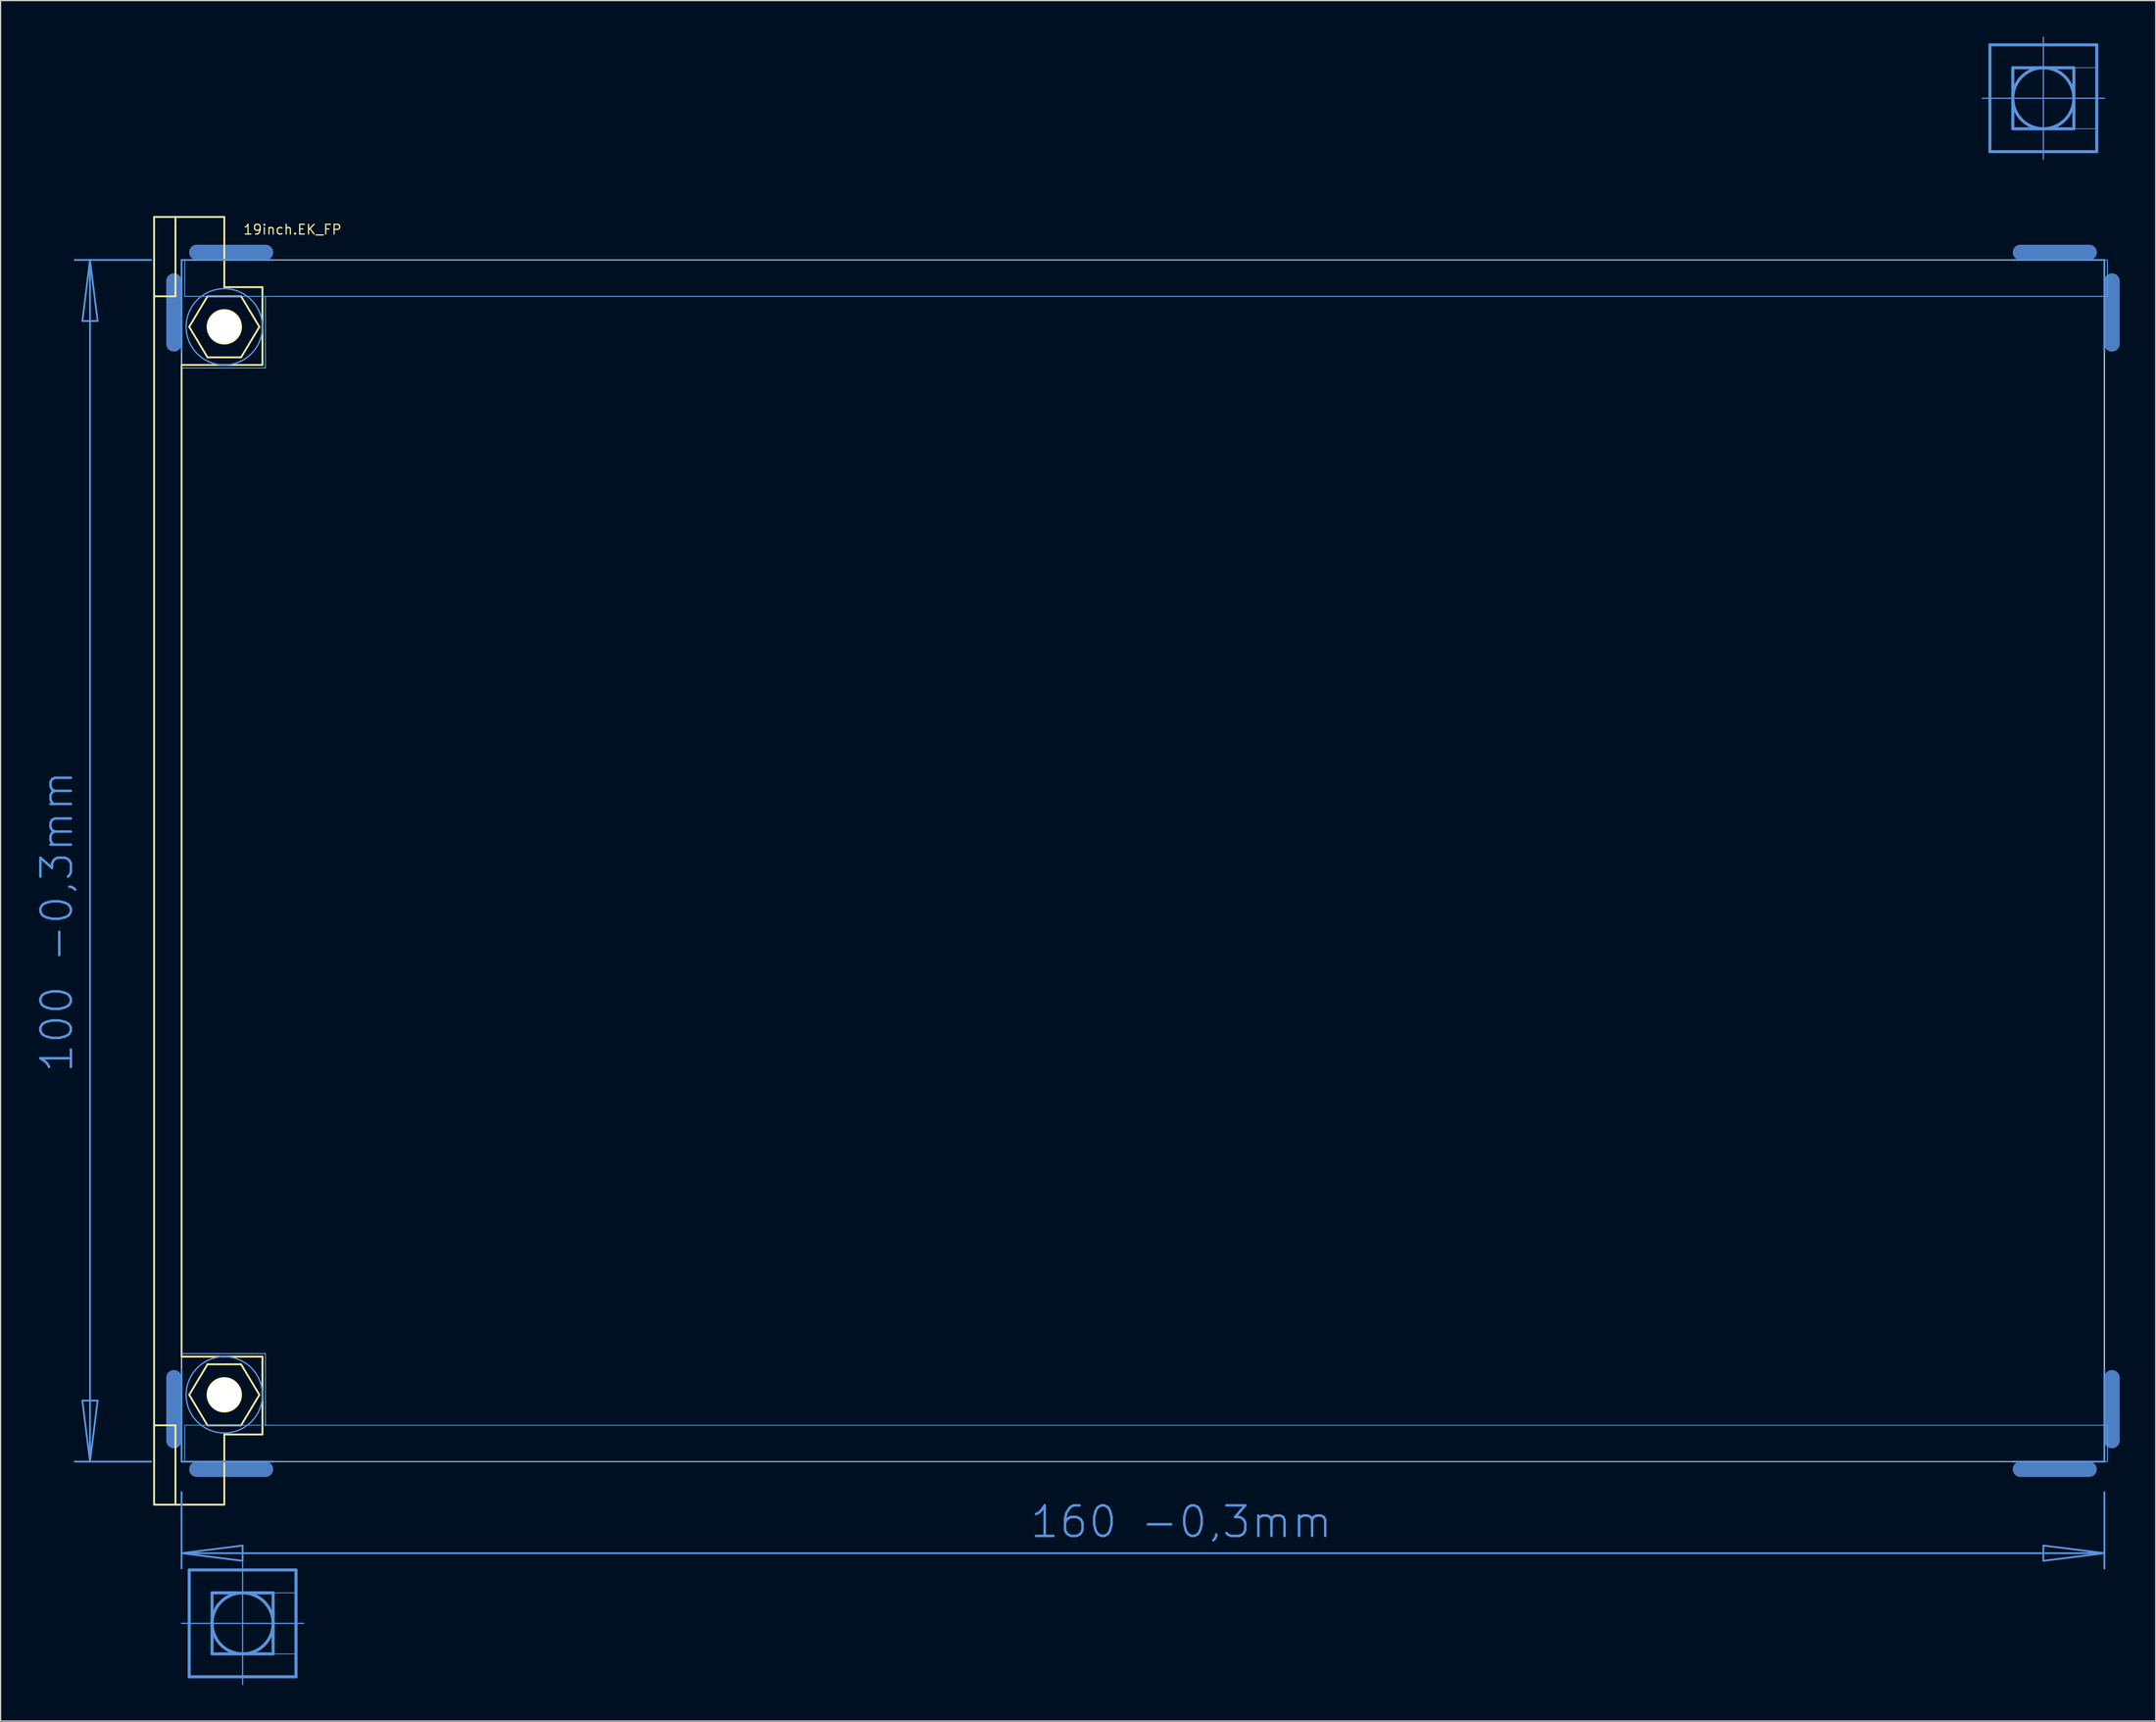
<source format=kicad_pcb>
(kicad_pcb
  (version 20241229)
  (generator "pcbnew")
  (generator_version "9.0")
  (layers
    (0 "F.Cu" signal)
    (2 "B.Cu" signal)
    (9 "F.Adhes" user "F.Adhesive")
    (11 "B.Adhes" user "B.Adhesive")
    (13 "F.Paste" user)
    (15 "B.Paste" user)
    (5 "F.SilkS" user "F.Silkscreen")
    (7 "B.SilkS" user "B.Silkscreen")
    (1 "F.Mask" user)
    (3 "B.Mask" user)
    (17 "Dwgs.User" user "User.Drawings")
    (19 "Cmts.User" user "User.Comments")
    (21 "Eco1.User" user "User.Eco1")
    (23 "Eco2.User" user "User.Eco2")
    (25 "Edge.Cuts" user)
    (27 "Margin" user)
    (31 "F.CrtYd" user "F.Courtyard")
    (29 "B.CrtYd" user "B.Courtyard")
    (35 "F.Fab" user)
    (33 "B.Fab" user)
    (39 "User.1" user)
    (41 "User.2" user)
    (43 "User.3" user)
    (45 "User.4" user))
  (footprint "19inch.EK_FP"
    (layer "F.Cu")
    (at 12.06 68.605)
    (property "Reference" "19inch.EK_FP" (at 5.08 -52.07 0) (layer "F.SilkS") (effects (font (size 0.813 0.813) (thickness 0.1)) (justify left bottom)))
    (fp_line (start -0.635 -43.028) (end -0.635 -48.26) (stroke (width 1.27) (type default)) (layer "F.Cu"))
    (fp_line (start -0.635 43.028) (end -0.635 48.26) (stroke (width 1.27) (type default)) (layer "F.Cu"))
    (fp_line (start 6.985 -50.648) (end 1.27 -50.648) (stroke (width 1.27) (type default)) (layer "F.Cu"))
    (fp_line (start 6.985 50.648) (end 1.27 50.648) (stroke (width 1.27) (type default)) (layer "F.Cu"))
    (fp_line (start 153.035 -50.648) (end 158.75 -50.648) (stroke (width 1.27) (type default)) (layer "F.Cu"))
    (fp_line (start 153.035 50.648) (end 158.75 50.648) (stroke (width 1.27) (type default)) (layer "F.Cu"))
    (fp_line (start 160.655 -43.028) (end 160.655 -48.26) (stroke (width 1.27) (type default)) (layer "F.Cu"))
    (fp_line (start 160.655 43.028) (end 160.655 48.26) (stroke (width 1.27) (type default)) (layer "F.Cu"))
    (fp_line (start 0 -42.393) (end 0 -50.013) (stroke (width 0.152) (type default)) (layer "F.Mask"))
    (fp_line (start 0 42.393) (end 0 50.013) (stroke (width 0.152) (type default)) (layer "F.Mask"))
    (fp_line (start 7.62 -50.013) (end 0 -50.013) (stroke (width 0.152) (type default)) (layer "F.Mask"))
    (fp_line (start 7.62 50.013) (end 0 50.013) (stroke (width 0.152) (type default)) (layer "F.Mask"))
    (fp_line (start 152.4 -50.013) (end 160.02 -50.013) (stroke (width 0.152) (type default)) (layer "F.Mask"))
    (fp_line (start 152.4 50.013) (end 160.02 50.013) (stroke (width 0.152) (type default)) (layer "F.Mask"))
    (fp_line (start 160.02 -42.393) (end 160.02 -50.013) (stroke (width 0.152) (type default)) (layer "F.Mask"))
    (fp_line (start 160.02 42.393) (end 160.02 50.013) (stroke (width 0.152) (type default)) (layer "F.Mask"))
    (fp_line (start -0.635 -43.028) (end -0.635 -48.26) (stroke (width 1.27) (type default)) (layer "B.Cu"))
    (fp_line (start -0.635 43.028) (end -0.635 48.26) (stroke (width 1.27) (type default)) (layer "B.Cu"))
    (fp_line (start 6.985 -50.648) (end 1.27 -50.648) (stroke (width 1.27) (type default)) (layer "B.Cu"))
    (fp_line (start 6.985 50.648) (end 1.27 50.648) (stroke (width 1.27) (type default)) (layer "B.Cu"))
    (fp_line (start 153.035 -50.648) (end 158.75 -50.648) (stroke (width 1.27) (type default)) (layer "B.Cu"))
    (fp_line (start 153.035 50.648) (end 158.75 50.648) (stroke (width 1.27) (type default)) (layer "B.Cu"))
    (fp_line (start 160.655 -43.028) (end 160.655 -48.26) (stroke (width 1.27) (type default)) (layer "B.Cu"))
    (fp_line (start 160.655 43.028) (end 160.655 48.26) (stroke (width 1.27) (type default)) (layer "B.Cu"))
    (fp_line (start 0 -50.013) (end 7.62 -50.013) (stroke (width 0.152) (type default)) (layer "B.Mask"))
    (fp_line (start 0 -42.393) (end 0 -50.013) (stroke (width 0.152) (type default)) (layer "B.Mask"))
    (fp_line (start 0 50.013) (end 0 42.393) (stroke (width 0.152) (type default)) (layer "B.Mask"))
    (fp_line (start 7.62 50.013) (end 0 50.013) (stroke (width 0.152) (type default)) (layer "B.Mask"))
    (fp_line (start 152.4 -50.013) (end 160.02 -50.013) (stroke (width 0.152) (type default)) (layer "B.Mask"))
    (fp_line (start 160.02 -50.013) (end 160.02 -42.393) (stroke (width 0.152) (type default)) (layer "B.Mask"))
    (fp_line (start 160.02 42.393) (end 160.02 50.013) (stroke (width 0.152) (type default)) (layer "B.Mask"))
    (fp_line (start 160.02 50.013) (end 152.4 50.013) (stroke (width 0.152) (type default)) (layer "B.Mask"))
    (fp_line (start -2.286 -53.594) (end -0.508 -53.594) (stroke (width 0.152) (type default)) (layer "F.SilkS"))
    (fp_line (start -2.286 -46.99) (end -2.286 -53.594) (stroke (width 0.152) (type default)) (layer "F.SilkS"))
    (fp_line (start -2.286 -46.99) (end -0.508 -46.99) (stroke (width 0.152) (type default)) (layer "F.SilkS"))
    (fp_line (start -2.286 46.99) (end -2.286 -46.99) (stroke (width 0.152) (type default)) (layer "F.SilkS"))
    (fp_line (start -2.286 46.99) (end -0.508 46.99) (stroke (width 0.152) (type default)) (layer "F.SilkS"))
    (fp_line (start -2.286 53.594) (end -2.286 46.99) (stroke (width 0.152) (type default)) (layer "F.SilkS"))
    (fp_line (start -2.286 53.594) (end -0.508 53.594) (stroke (width 0.152) (type default)) (layer "F.SilkS"))
    (fp_line (start -0.508 -53.594) (end -0.508 -46.99) (stroke (width 0.152) (type default)) (layer "F.SilkS"))
    (fp_line (start -0.508 -53.594) (end 3.556 -53.594) (stroke (width 0.152) (type default)) (layer "F.SilkS"))
    (fp_line (start -0.508 53.594) (end -0.508 46.99) (stroke (width 0.152) (type default)) (layer "F.SilkS"))
    (fp_line (start -0.508 53.594) (end 3.556 53.594) (stroke (width 0.152) (type default)) (layer "F.SilkS"))
    (fp_line (start 0 -41.275) (end 0 41.275) (stroke (width 0.152) (type default)) (layer "F.SilkS"))
    (fp_line (start 0 -41.275) (end 6.731 -41.275) (stroke (width 0.152) (type default)) (layer "F.SilkS"))
    (fp_line (start 0 41.275) (end 6.731 41.275) (stroke (width 0.152) (type default)) (layer "F.SilkS"))
    (fp_line (start 0.635 -44.45) (end 2.159 -46.99) (stroke (width 0.152) (type default)) (layer "F.SilkS"))
    (fp_line (start 0.635 44.45) (end 2.159 46.99) (stroke (width 0.152) (type default)) (layer "F.SilkS"))
    (fp_line (start 2.159 -46.99) (end 4.953 -46.99) (stroke (width 0.152) (type default)) (layer "F.SilkS"))
    (fp_line (start 2.159 -41.91) (end 0.635 -44.45) (stroke (width 0.152) (type default)) (layer "F.SilkS"))
    (fp_line (start 2.159 41.91) (end 0.635 44.45) (stroke (width 0.152) (type default)) (layer "F.SilkS"))
    (fp_line (start 2.159 46.99) (end 4.953 46.99) (stroke (width 0.152) (type default)) (layer "F.SilkS"))
    (fp_line (start 3.556 -53.594) (end 3.556 -47.752) (stroke (width 0.152) (type default)) (layer "F.SilkS"))
    (fp_line (start 3.556 -47.752) (end 6.731 -47.752) (stroke (width 0.152) (type default)) (layer "F.SilkS"))
    (fp_line (start 3.556 47.752) (end 6.731 47.752) (stroke (width 0.152) (type default)) (layer "F.SilkS"))
    (fp_line (start 3.556 53.594) (end 3.556 47.752) (stroke (width 0.152) (type default)) (layer "F.SilkS"))
    (fp_line (start 4.953 -46.99) (end 6.477 -44.45) (stroke (width 0.152) (type default)) (layer "F.SilkS"))
    (fp_line (start 4.953 -41.91) (end 2.159 -41.91) (stroke (width 0.152) (type default)) (layer "F.SilkS"))
    (fp_line (start 4.953 41.91) (end 2.159 41.91) (stroke (width 0.152) (type default)) (layer "F.SilkS"))
    (fp_line (start 4.953 46.99) (end 6.477 44.45) (stroke (width 0.152) (type default)) (layer "F.SilkS"))
    (fp_line (start 6.477 -44.45) (end 4.953 -41.91) (stroke (width 0.152) (type default)) (layer "F.SilkS"))
    (fp_line (start 6.477 44.45) (end 4.953 41.91) (stroke (width 0.152) (type default)) (layer "F.SilkS"))
    (fp_line (start 6.731 -47.752) (end 6.731 -41.275) (stroke (width 0.152) (type default)) (layer "F.SilkS"))
    (fp_line (start 6.731 47.752) (end 6.731 41.275) (stroke (width 0.152) (type default)) (layer "F.SilkS"))
    (fp_circle (center 3.556 -44.45) (end 4.953 -44.45) (stroke (width 0.152) (type default)) (fill no) (layer "F.SilkS"))
    (fp_circle (center 3.556 44.45) (end 4.953 44.45) (stroke (width 0.152) (type default)) (fill no) (layer "F.SilkS"))
    (fp_line (start -8.89 -50.013) (end -7.62 -50.013) (stroke (width 0.152) (type default)) (layer "Cmts.User"))
    (fp_line (start -8.89 50.013) (end -7.62 50.013) (stroke (width 0.152) (type default)) (layer "Cmts.User"))
    (fp_line (start -8.255 -44.933) (end -7.62 -50.013) (stroke (width 0.152) (type default)) (layer "Cmts.User"))
    (fp_line (start -8.255 44.933) (end -6.985 44.933) (stroke (width 0.152) (type default)) (layer "Cmts.User"))
    (fp_line (start -7.62 -50.013) (end -6.985 -44.933) (stroke (width 0.152) (type default)) (layer "Cmts.User"))
    (fp_line (start -7.62 -50.013) (end -2.54 -50.013) (stroke (width 0.152) (type default)) (layer "Cmts.User"))
    (fp_line (start -7.62 50.013) (end -8.255 44.933) (stroke (width 0.152) (type default)) (layer "Cmts.User"))
    (fp_line (start -7.62 50.013) (end -7.62 -50.013) (stroke (width 0.152) (type default)) (layer "Cmts.User"))
    (fp_line (start -7.62 50.013) (end -2.54 50.013) (stroke (width 0.152) (type default)) (layer "Cmts.User"))
    (fp_line (start -6.985 -44.933) (end -8.255 -44.933) (stroke (width 0.152) (type default)) (layer "Cmts.User"))
    (fp_line (start -6.985 44.933) (end -7.62 50.013) (stroke (width 0.152) (type default)) (layer "Cmts.User"))
    (fp_line (start 0 -50.013) (end 7.62 -50.013) (stroke (width 0.152) (type default)) (layer "Cmts.User"))
    (fp_line (start 0 -42.393) (end 0 -50.013) (stroke (width 0.152) (type default)) (layer "Cmts.User"))
    (fp_line (start 0 50.013) (end 0 42.393) (stroke (width 0.152) (type default)) (layer "Cmts.User"))
    (fp_line (start 0 57.633) (end 0 52.553) (stroke (width 0.152) (type default)) (layer "Cmts.User"))
    (fp_line (start 0 57.633) (end 5.08 56.998) (stroke (width 0.152) (type default)) (layer "Cmts.User"))
    (fp_line (start 0 57.633) (end 160.02 57.633) (stroke (width 0.152) (type default)) (layer "Cmts.User"))
    (fp_line (start 0 58.903) (end 0 57.633) (stroke (width 0.152) (type default)) (layer "Cmts.User"))
    (fp_line (start 0 63.475) (end 0.635 63.475) (stroke (width 0.102) (type default)) (layer "Cmts.User"))
    (fp_line (start 0.635 59.03) (end 9.525 59.03) (stroke (width 0.254) (type default)) (layer "Cmts.User"))
    (fp_line (start 0.635 63.475) (end 0.635 59.03) (stroke (width 0.254) (type default)) (layer "Cmts.User"))
    (fp_line (start 0.635 63.475) (end 10.16 63.475) (stroke (width 0.102) (type default)) (layer "Cmts.User"))
    (fp_line (start 0.635 67.92) (end 0.635 63.475) (stroke (width 0.254) (type default)) (layer "Cmts.User"))
    (fp_line (start 2.54 60.935) (end 2.54 66.015) (stroke (width 0.254) (type default)) (layer "Cmts.User"))
    (fp_line (start 2.54 66.015) (end 7.62 66.015) (stroke (width 0.254) (type default)) (layer "Cmts.User"))
    (fp_line (start 5.08 56.998) (end 5.08 58.268) (stroke (width 0.152) (type default)) (layer "Cmts.User"))
    (fp_line (start 5.08 58.268) (end 0 57.633) (stroke (width 0.152) (type default)) (layer "Cmts.User"))
    (fp_line (start 5.08 68.555) (end 5.08 58.395) (stroke (width 0.102) (type default)) (layer "Cmts.User"))
    (fp_line (start 7.62 50.013) (end 0 50.013) (stroke (width 0.152) (type default)) (layer "Cmts.User"))
    (fp_line (start 7.62 60.935) (end 2.54 60.935) (stroke (width 0.254) (type default)) (layer "Cmts.User"))
    (fp_line (start 7.62 66.015) (end 7.62 60.935) (stroke (width 0.254) (type default)) (layer "Cmts.User"))
    (fp_line (start 9.525 59.03) (end 9.525 67.92) (stroke (width 0.254) (type default)) (layer "Cmts.User"))
    (fp_line (start 9.525 67.92) (end 0.635 67.92) (stroke (width 0.254) (type default)) (layer "Cmts.User"))
    (fp_line (start 149.86 -63.475) (end 150.495 -63.475) (stroke (width 0.102) (type default)) (layer "Cmts.User"))
    (fp_line (start 150.495 -67.92) (end 159.385 -67.92) (stroke (width 0.254) (type default)) (layer "Cmts.User"))
    (fp_line (start 150.495 -63.475) (end 150.495 -67.92) (stroke (width 0.254) (type default)) (layer "Cmts.User"))
    (fp_line (start 150.495 -63.475) (end 160.02 -63.475) (stroke (width 0.102) (type default)) (layer "Cmts.User"))
    (fp_line (start 150.495 -59.03) (end 150.495 -63.475) (stroke (width 0.254) (type default)) (layer "Cmts.User"))
    (fp_line (start 152.4 -66.015) (end 152.4 -60.935) (stroke (width 0.254) (type default)) (layer "Cmts.User"))
    (fp_line (start 152.4 -60.935) (end 157.48 -60.935) (stroke (width 0.254) (type default)) (layer "Cmts.User"))
    (fp_line (start 152.4 -50.013) (end 160.02 -50.013) (stroke (width 0.152) (type default)) (layer "Cmts.User"))
    (fp_line (start 154.94 -58.395) (end 154.94 -68.555) (stroke (width 0.102) (type default)) (layer "Cmts.User"))
    (fp_line (start 154.94 56.998) (end 160.02 57.633) (stroke (width 0.152) (type default)) (layer "Cmts.User"))
    (fp_line (start 154.94 58.268) (end 154.94 56.998) (stroke (width 0.152) (type default)) (layer "Cmts.User"))
    (fp_line (start 157.48 -66.015) (end 152.4 -66.015) (stroke (width 0.254) (type default)) (layer "Cmts.User"))
    (fp_line (start 157.48 -60.935) (end 157.48 -66.015) (stroke (width 0.254) (type default)) (layer "Cmts.User"))
    (fp_line (start 159.385 -67.92) (end 159.385 -59.03) (stroke (width 0.254) (type default)) (layer "Cmts.User"))
    (fp_line (start 159.385 -59.03) (end 150.495 -59.03) (stroke (width 0.254) (type default)) (layer "Cmts.User"))
    (fp_line (start 160.02 -50.013) (end 160.02 -42.393) (stroke (width 0.152) (type default)) (layer "Cmts.User"))
    (fp_line (start 160.02 42.393) (end 160.02 50.013) (stroke (width 0.152) (type default)) (layer "Cmts.User"))
    (fp_line (start 160.02 50.013) (end 152.4 50.013) (stroke (width 0.152) (type default)) (layer "Cmts.User"))
    (fp_line (start 160.02 57.633) (end 154.94 58.268) (stroke (width 0.152) (type default)) (layer "Cmts.User"))
    (fp_line (start 160.02 57.633) (end 160.02 52.553) (stroke (width 0.152) (type default)) (layer "Cmts.User"))
    (fp_line (start 160.02 58.903) (end 160.02 57.633) (stroke (width 0.152) (type default)) (layer "Cmts.User"))
    (fp_rect (start 0.254 -46.99) (end 160.274 -50.013) (stroke (width 0.05) (type default)) (fill no) (layer "Cmts.User"))
    (fp_rect (start 0.254 50.013) (end 160.274 46.99) (stroke (width 0.05) (type default)) (fill no) (layer "Cmts.User"))
    (fp_rect (start 5.08 60.935) (end 9.525 59.03) (stroke (width 0.05) (type default)) (fill no) (layer "Cmts.User"))
    (fp_rect (start 5.08 67.92) (end 9.525 66.015) (stroke (width 0.05) (type default)) (fill no) (layer "Cmts.User"))
    (fp_rect (start 7.62 66.015) (end 9.525 60.935) (stroke (width 0.05) (type default)) (fill no) (layer "Cmts.User"))
    (fp_rect (start 154.94 -66.015) (end 159.385 -67.92) (stroke (width 0.05) (type default)) (fill no) (layer "Cmts.User"))
    (fp_rect (start 154.94 -59.03) (end 159.385 -60.935) (stroke (width 0.05) (type default)) (fill no) (layer "Cmts.User"))
    (fp_rect (start 157.48 -60.935) (end 159.385 -66.015) (stroke (width 0.05) (type default)) (fill no) (layer "Cmts.User"))
    (fp_circle (center 3.556 -44.45) (end 6.731 -44.45) (stroke (width 0.1) (type default)) (fill no) (layer "Cmts.User"))
    (fp_circle (center 3.556 -44.45) (end 6.731 -44.45) (stroke (width 0.1) (type default)) (fill no) (layer "Cmts.User"))
    (fp_circle (center 3.556 44.45) (end 6.731 44.45) (stroke (width 0.1) (type default)) (fill no) (layer "Cmts.User"))
    (fp_circle (center 3.556 44.45) (end 6.731 44.45) (stroke (width 0.1) (type default)) (fill no) (layer "Cmts.User"))
    (fp_circle (center 5.08 63.475) (end 7.62 63.475) (stroke (width 0.254) (type default)) (fill no) (layer "Cmts.User"))
    (fp_circle (center 154.94 -63.475) (end 157.48 -63.475) (stroke (width 0.254) (type default)) (fill no) (layer "Cmts.User"))
    (fp_line (start 0 -50.013) (end 0 50.013) (stroke (width 0.1) (type default)) (layer "Edge.Cuts"))
    (fp_line (start 0 50.013) (end 160.02 50.013) (stroke (width 0.1) (type default)) (layer "Edge.Cuts"))
    (fp_line (start 160.02 -50.013) (end 0 -50.013) (stroke (width 0.1) (type default)) (layer "Edge.Cuts"))
    (fp_line (start 160.02 50.013) (end 160.02 -50.013) (stroke (width 0.1) (type default)) (layer "Edge.Cuts"))
    (fp_line (start 0 -41.021) (end 0 -50.013) (stroke (width 0.051) (type default)) (layer "B.CrtYd"))
    (fp_line (start 0 -41.021) (end 6.985 -41.021) (stroke (width 0.051) (type default)) (layer "B.CrtYd"))
    (fp_line (start 0 41.021) (end 0 50.013) (stroke (width 0.051) (type default)) (layer "B.CrtYd"))
    (fp_line (start 0 41.021) (end 6.985 41.021) (stroke (width 0.051) (type default)) (layer "B.CrtYd"))
    (fp_line (start 6.985 -46.99) (end 6.985 -41.021) (stroke (width 0.051) (type default)) (layer "B.CrtYd"))
    (fp_line (start 6.985 46.99) (end 6.985 41.021) (stroke (width 0.051) (type default)) (layer "B.CrtYd"))
    (fp_line (start 160.02 -50.013) (end 160.02 -46.99) (stroke (width 0.051) (type default)) (layer "B.CrtYd"))
    (fp_line (start 160.02 50.013) (end 160.02 46.99) (stroke (width 0.051) (type default)) (layer "B.CrtYd"))
    (fp_rect (start 0.254 -46.99) (end 160.274 -50.013) (stroke (width 0.05) (type default)) (fill no) (layer "B.CrtYd"))
    (fp_rect (start 0.254 50.013) (end 160.274 46.99) (stroke (width 0.05) (type default)) (fill no) (layer "B.CrtYd"))
    (fp_line (start 0 -41.021) (end 0 -50.013) (stroke (width 0.051) (type default)) (layer "F.CrtYd"))
    (fp_line (start 0 -41.021) (end 6.985 -41.021) (stroke (width 0.051) (type default)) (layer "F.CrtYd"))
    (fp_line (start 0 41.021) (end 0 50.013) (stroke (width 0.051) (type default)) (layer "F.CrtYd"))
    (fp_line (start 0 41.021) (end 6.985 41.021) (stroke (width 0.051) (type default)) (layer "F.CrtYd"))
    (fp_line (start 6.985 -46.99) (end 6.985 -41.021) (stroke (width 0.051) (type default)) (layer "F.CrtYd"))
    (fp_line (start 6.985 46.99) (end 6.985 41.021) (stroke (width 0.051) (type default)) (layer "F.CrtYd"))
    (fp_line (start 160.02 -50.013) (end 160.02 -46.99) (stroke (width 0.051) (type default)) (layer "F.CrtYd"))
    (fp_line (start 160.02 50.013) (end 160.02 46.99) (stroke (width 0.051) (type default)) (layer "F.CrtYd"))
    (fp_rect (start 0.254 -46.99) (end 160.274 -50.013) (stroke (width 0.05) (type default)) (fill no) (layer "F.CrtYd"))
    (fp_rect (start 0.254 50.013) (end 160.274 46.99) (stroke (width 0.05) (type default)) (fill no) (layer "F.CrtYd"))
    (fp_text user "160 -0,3mm" (at 70.485 56.515 0) (layer "Cmts.User") (effects (font (size 2.54 2.54) (thickness 0.21)) (justify left bottom)))
    (fp_text user "100 -0,3mm" (at -8.89 17.78 90) (layer "Cmts.User") (effects (font (size 2.54 2.54) (thickness 0.21)) (justify left bottom)))
    (pad "" np_thru_hole circle (at 3.556 -44.45) (size 2.794 2.794) (drill 2.794) (layers "*.Cu" "*.Mask"))
    (pad "" np_thru_hole circle (at 3.556 -44.45) (size 2.794 2.794) (drill 2.794) (layers "*.Cu" "*.Mask"))
    (pad "" np_thru_hole circle (at 3.556 44.45) (size 2.794 2.794) (drill 2.794) (layers "*.Cu" "*.Mask"))
    (pad "" np_thru_hole circle (at 3.556 44.45) (size 2.794 2.794) (drill 2.794) (layers "*.Cu" "*.Mask")))
  (gr_rect
    (start -3 -3)
    (end 176.35 140.211)
    (stroke (width 0.1) (type default))
    (fill no)
    (layer "Edge.Cuts")))
</source>
